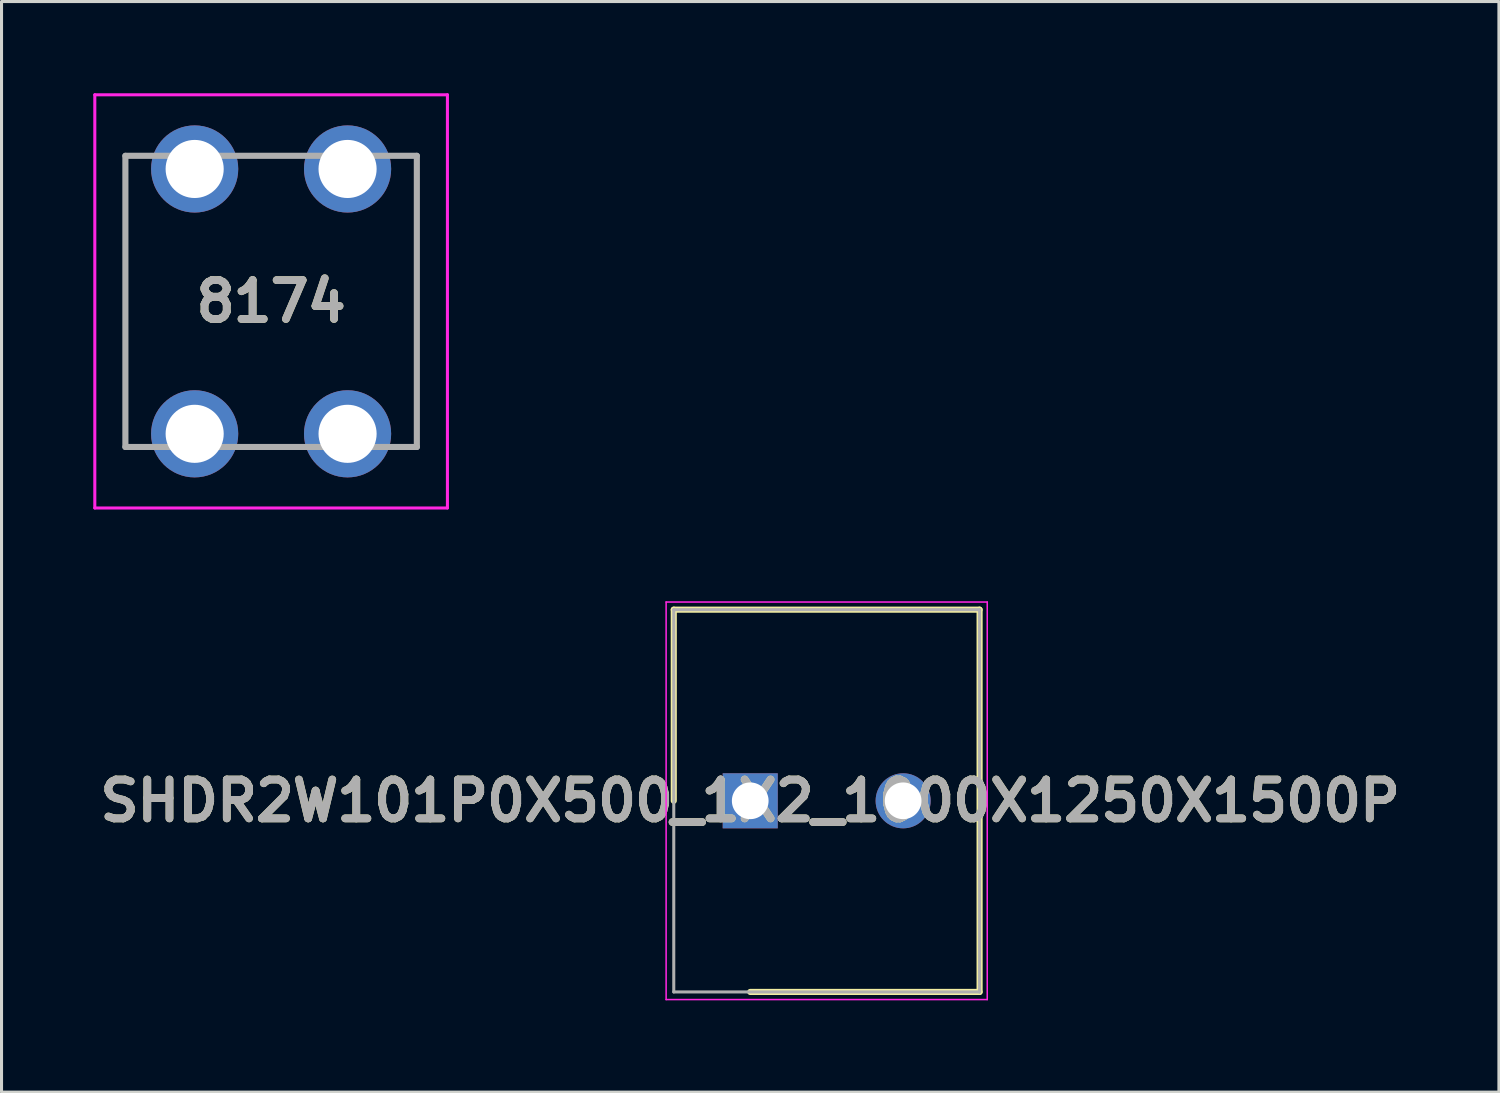
<source format=kicad_pcb>
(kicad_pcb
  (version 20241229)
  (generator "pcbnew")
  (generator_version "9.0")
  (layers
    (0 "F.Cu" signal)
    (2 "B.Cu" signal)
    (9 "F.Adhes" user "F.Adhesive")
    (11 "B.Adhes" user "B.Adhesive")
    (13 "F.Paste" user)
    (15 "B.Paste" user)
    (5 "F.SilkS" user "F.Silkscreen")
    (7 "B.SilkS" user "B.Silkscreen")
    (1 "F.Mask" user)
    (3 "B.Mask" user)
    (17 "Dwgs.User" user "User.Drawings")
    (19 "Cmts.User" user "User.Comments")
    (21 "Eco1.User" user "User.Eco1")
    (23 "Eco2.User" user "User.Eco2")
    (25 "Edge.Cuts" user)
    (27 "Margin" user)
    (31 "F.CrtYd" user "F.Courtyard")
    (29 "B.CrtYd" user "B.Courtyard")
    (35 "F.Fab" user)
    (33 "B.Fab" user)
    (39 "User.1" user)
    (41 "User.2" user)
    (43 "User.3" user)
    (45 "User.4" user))
  (footprint "SHDR2W101P0X500_1X2_1000X1250X1500P"
    (layer "F.Cu")
    (at 21.481 23.135)
    (property "Reference" "SHDR2W101P0X500_1X2_1000X1250X1500P" (at 0 0 0) (layer "F.SilkS") (effects (font (size 1.27 1.27) (thickness 0.254))))
    (attr through_hole)
    (fp_line (start -2.5 -6.25) (end -2.5 0) (stroke (width 0.2) (type solid)) (layer "F.SilkS"))
    (fp_line (start 0 6.25) (end 7.5 6.25) (stroke (width 0.2) (type solid)) (layer "F.SilkS"))
    (fp_line (start 7.5 -6.25) (end -2.5 -6.25) (stroke (width 0.2) (type solid)) (layer "F.SilkS"))
    (fp_line (start 7.5 6.25) (end 7.5 -6.25) (stroke (width 0.2) (type solid)) (layer "F.SilkS"))
    (fp_line (start -2.75 -6.5) (end 7.75 -6.5) (stroke (width 0.05) (type solid)) (layer "F.CrtYd"))
    (fp_line (start -2.75 6.5) (end -2.75 -6.5) (stroke (width 0.05) (type solid)) (layer "F.CrtYd"))
    (fp_line (start 7.75 -6.5) (end 7.75 6.5) (stroke (width 0.05) (type solid)) (layer "F.CrtYd"))
    (fp_line (start 7.75 6.5) (end -2.75 6.5) (stroke (width 0.05) (type solid)) (layer "F.CrtYd"))
    (fp_line (start -2.5 -6.25) (end 7.5 -6.25) (stroke (width 0.1) (type solid)) (layer "F.Fab"))
    (fp_line (start -2.5 6.25) (end -2.5 -6.25) (stroke (width 0.1) (type solid)) (layer "F.Fab"))
    (fp_line (start 7.5 -6.25) (end 7.5 6.25) (stroke (width 0.1) (type solid)) (layer "F.Fab"))
    (fp_line (start 7.5 6.25) (end -2.5 6.25) (stroke (width 0.1) (type solid)) (layer "F.Fab"))
    (fp_text user "${REFERENCE}" (at 0 0 0) (layer "F.Fab") (effects (font (size 1.27 1.27) (thickness 0.254))))
    (pad "1" thru_hole rect (at 0 0) (size 1.8 1.8) (drill 1.2) (layers "*.Cu" "*.Mask"))
    (pad "2" thru_hole circle (at 5 0) (size 1.8 1.8) (drill 1.2) (layers "*.Cu" "*.Mask")))
  (footprint "8174"
    (layer "F.Cu")
    (at 3.315 11.135)
    (property "Reference" "8174" (at 2.5 -4.33 0) (layer "F.SilkS") (effects (font (size 1.27 1.27) (thickness 0.254))))
    (attr through_hole)
    (fp_line (start -2.265 -9.09) (end -2.265 0.43) (stroke (width 0.1) (type solid)) (layer "F.SilkS"))
    (fp_line (start 7.265 -9.09) (end 7.265 0.43) (stroke (width 0.1) (type solid)) (layer "F.SilkS"))
    (fp_line (start -3.265 -11.085) (end 8.265 -11.085) (stroke (width 0.1) (type solid)) (layer "F.CrtYd"))
    (fp_line (start -3.265 2.425) (end -3.265 -11.085) (stroke (width 0.1) (type solid)) (layer "F.CrtYd"))
    (fp_line (start 8.265 -11.085) (end 8.265 2.425) (stroke (width 0.1) (type solid)) (layer "F.CrtYd"))
    (fp_line (start 8.265 2.425) (end -3.265 2.425) (stroke (width 0.1) (type solid)) (layer "F.CrtYd"))
    (fp_line (start -2.265 -9.09) (end 7.265 -9.09) (stroke (width 0.2) (type solid)) (layer "F.Fab"))
    (fp_line (start -2.265 0.43) (end -2.265 -9.09) (stroke (width 0.2) (type solid)) (layer "F.Fab"))
    (fp_line (start 7.265 -9.09) (end 7.265 0.43) (stroke (width 0.2) (type solid)) (layer "F.Fab"))
    (fp_line (start 7.265 0.43) (end -2.265 0.43) (stroke (width 0.2) (type solid)) (layer "F.Fab"))
    (fp_text user "${REFERENCE}" (at 2.5 -4.33 0) (layer "F.Fab") (effects (font (size 1.27 1.27) (thickness 0.254))))
    (pad "1" thru_hole circle (at 0 0) (size 2.85 2.85) (drill 1.9) (layers "*.Cu" "*.Mask"))
    (pad "2" thru_hole circle (at 0 -8.66) (size 2.85 2.85) (drill 1.9) (layers "*.Cu" "*.Mask"))
    (pad "3" thru_hole circle (at 5 0) (size 2.85 2.85) (drill 1.9) (layers "*.Cu" "*.Mask"))
    (pad "4" thru_hole circle (at 5 -8.66) (size 2.85 2.85) (drill 1.9) (layers "*.Cu" "*.Mask")))
  (gr_rect
    (start -3 -3)
    (end 45.962 32.66)
    (stroke (width 0.1) (type default))
    (fill no)
    (layer "Edge.Cuts")))
</source>
